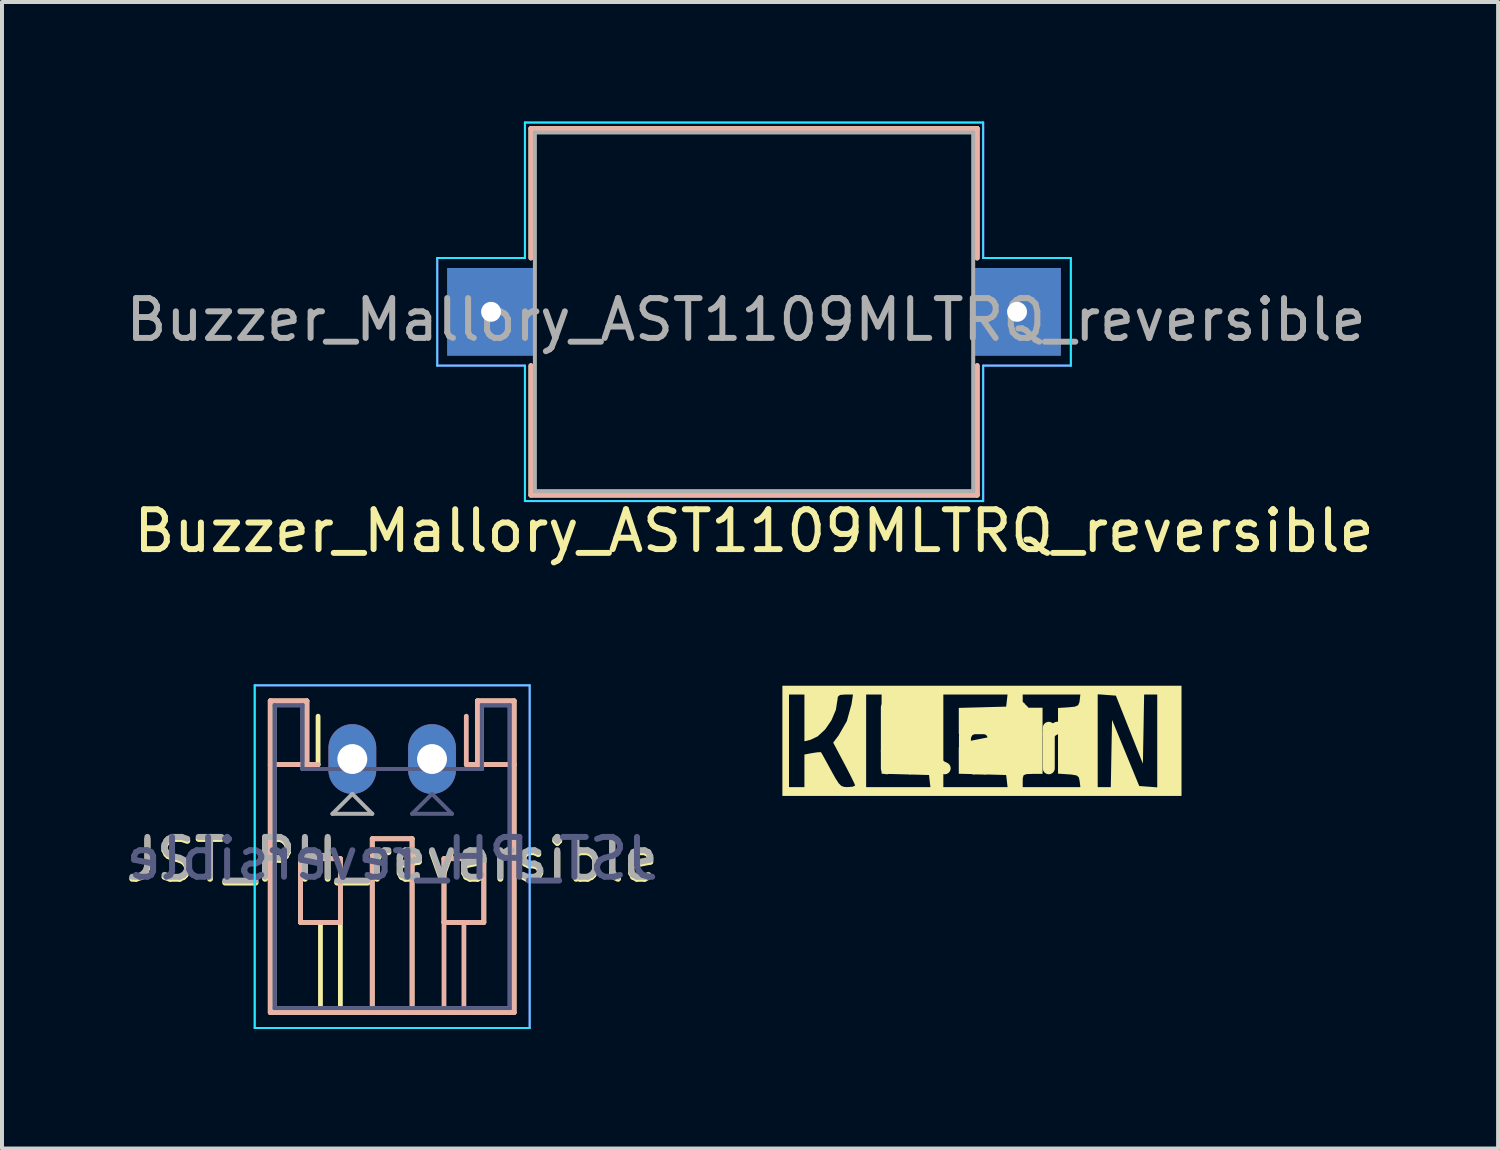
<source format=kicad_pcb>
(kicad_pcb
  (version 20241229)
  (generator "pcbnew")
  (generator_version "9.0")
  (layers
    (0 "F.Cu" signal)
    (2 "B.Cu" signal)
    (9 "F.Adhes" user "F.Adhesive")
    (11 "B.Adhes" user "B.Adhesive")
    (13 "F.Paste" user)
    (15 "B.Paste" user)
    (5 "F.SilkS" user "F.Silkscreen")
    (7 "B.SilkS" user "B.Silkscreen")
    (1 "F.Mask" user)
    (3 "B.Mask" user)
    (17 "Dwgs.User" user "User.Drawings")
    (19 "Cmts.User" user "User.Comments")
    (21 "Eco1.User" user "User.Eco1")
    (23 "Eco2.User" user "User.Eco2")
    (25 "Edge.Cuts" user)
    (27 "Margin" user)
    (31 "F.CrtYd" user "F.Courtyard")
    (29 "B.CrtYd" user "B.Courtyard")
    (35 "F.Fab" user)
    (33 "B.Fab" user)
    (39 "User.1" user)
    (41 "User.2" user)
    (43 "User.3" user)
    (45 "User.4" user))
  (footprint "Buzzer_Mallory_AST1109MLTRQ_reversible"
    (layer "F.Cu")
    (at 15.873 4.775)
    (property "Reference" "Buzzer_Mallory_AST1109MLTRQ_reversible" (at 0 5.5 0) (layer "F.SilkS") (effects (font (size 1 1) (thickness 0.15))))
    (attr smd)
    (fp_line (start -5.6 -4.6) (end 5.6 -4.6) (stroke (width 0.12) (type solid)) (layer "F.SilkS"))
    (fp_line (start -5.6 -1.35) (end -5.6 -4.6) (stroke (width 0.12) (type solid)) (layer "F.SilkS"))
    (fp_line (start -5.6 4.6) (end -5.6 1.35) (stroke (width 0.12) (type solid)) (layer "F.SilkS"))
    (fp_line (start 5.6 -4.6) (end 5.6 -1.35) (stroke (width 0.12) (type solid)) (layer "F.SilkS"))
    (fp_line (start 5.6 1.35) (end 5.6 4.6) (stroke (width 0.12) (type solid)) (layer "F.SilkS"))
    (fp_line (start 5.6 4.6) (end -5.6 4.6) (stroke (width 0.12) (type solid)) (layer "F.SilkS"))
    (fp_line (start -5.6 -4.6) (end -5.6 -1.35) (stroke (width 0.12) (type solid)) (layer "B.SilkS"))
    (fp_line (start -5.6 1.35) (end -5.6 4.6) (stroke (width 0.12) (type solid)) (layer "B.SilkS"))
    (fp_line (start -5.6 4.6) (end 5.6 4.6) (stroke (width 0.12) (type solid)) (layer "B.SilkS"))
    (fp_line (start 5.6 -4.6) (end -5.6 -4.6) (stroke (width 0.12) (type solid)) (layer "B.SilkS"))
    (fp_line (start 5.6 -1.35) (end 5.6 -4.6) (stroke (width 0.12) (type solid)) (layer "B.SilkS"))
    (fp_line (start 5.6 4.6) (end 5.6 1.35) (stroke (width 0.12) (type solid)) (layer "B.SilkS"))
    (fp_line (start -7.95 -1.35) (end -7.95 1.35) (stroke (width 0.05) (type solid)) (layer "B.CrtYd"))
    (fp_line (start -7.95 1.35) (end -5.75 1.35) (stroke (width 0.05) (type solid)) (layer "B.CrtYd"))
    (fp_line (start -5.75 -4.75) (end -5.75 -1.35) (stroke (width 0.05) (type solid)) (layer "B.CrtYd"))
    (fp_line (start -5.75 -1.35) (end -7.95 -1.35) (stroke (width 0.05) (type solid)) (layer "B.CrtYd"))
    (fp_line (start -5.75 1.35) (end -5.75 4.75) (stroke (width 0.05) (type solid)) (layer "B.CrtYd"))
    (fp_line (start -5.75 4.75) (end 5.75 4.75) (stroke (width 0.05) (type solid)) (layer "B.CrtYd"))
    (fp_line (start 5.75 -4.75) (end -5.75 -4.75) (stroke (width 0.05) (type solid)) (layer "B.CrtYd"))
    (fp_line (start 5.75 -1.35) (end 5.75 -4.75) (stroke (width 0.05) (type solid)) (layer "B.CrtYd"))
    (fp_line (start 5.75 1.35) (end 7.95 1.35) (stroke (width 0.05) (type solid)) (layer "B.CrtYd"))
    (fp_line (start 5.75 4.75) (end 5.75 1.35) (stroke (width 0.05) (type solid)) (layer "B.CrtYd"))
    (fp_line (start 7.95 -1.35) (end 5.75 -1.35) (stroke (width 0.05) (type solid)) (layer "B.CrtYd"))
    (fp_line (start 7.95 1.35) (end 7.95 -1.35) (stroke (width 0.05) (type solid)) (layer "B.CrtYd"))
    (fp_line (start -7.95 -1.35) (end -5.75 -1.35) (stroke (width 0.05) (type solid)) (layer "F.CrtYd"))
    (fp_line (start -7.95 1.35) (end -7.95 -1.35) (stroke (width 0.05) (type solid)) (layer "F.CrtYd"))
    (fp_line (start -5.75 -4.75) (end 5.75 -4.75) (stroke (width 0.05) (type solid)) (layer "F.CrtYd"))
    (fp_line (start -5.75 -1.35) (end -5.75 -4.75) (stroke (width 0.05) (type solid)) (layer "F.CrtYd"))
    (fp_line (start -5.75 1.35) (end -7.95 1.35) (stroke (width 0.05) (type solid)) (layer "F.CrtYd"))
    (fp_line (start -5.75 4.75) (end -5.75 1.35) (stroke (width 0.05) (type solid)) (layer "F.CrtYd"))
    (fp_line (start 5.75 -4.75) (end 5.75 -1.35) (stroke (width 0.05) (type solid)) (layer "F.CrtYd"))
    (fp_line (start 5.75 -1.35) (end 7.95 -1.35) (stroke (width 0.05) (type solid)) (layer "F.CrtYd"))
    (fp_line (start 5.75 1.35) (end 5.75 4.75) (stroke (width 0.05) (type solid)) (layer "F.CrtYd"))
    (fp_line (start 5.75 4.75) (end -5.75 4.75) (stroke (width 0.05) (type solid)) (layer "F.CrtYd"))
    (fp_line (start 7.95 -1.35) (end 7.95 1.35) (stroke (width 0.05) (type solid)) (layer "F.CrtYd"))
    (fp_line (start 7.95 1.35) (end 5.75 1.35) (stroke (width 0.05) (type solid)) (layer "F.CrtYd"))
    (fp_line (start -5.5 -4.5) (end 5.5 -4.5) (stroke (width 0.1) (type solid)) (layer "F.Fab"))
    (fp_line (start -5.5 4.5) (end -5.5 -4.5) (stroke (width 0.1) (type solid)) (layer "F.Fab"))
    (fp_line (start 5.5 -4.5) (end 5.5 4.5) (stroke (width 0.1) (type solid)) (layer "F.Fab"))
    (fp_line (start 5.5 4.5) (end -5.5 4.5) (stroke (width 0.1) (type solid)) (layer "F.Fab"))
    (fp_text user "${REFERENCE}" (at -0.2 0.2 0) (layer "F.Fab") (effects (font (size 1 1) (thickness 0.15))))
    (pad "1" thru_hole rect (at -6.6 0 180) (size 2.2 2.2) (drill 0.5) (layers "*.Cu" "*.Mask"))
    (pad "2" thru_hole rect (at 6.6 0 180) (size 2.2 2.2) (drill 0.5) (layers "*.Cu" "*.Mask")))
  (footprint "klein"
    (layer "F.Cu")
    (at 21.564 15.541)
    (property "Reference" "klein" (at 0 0 0) (layer "F.SilkS") (effects (font (size 1.524 1.524) (thickness 0.3))))
    (attr board_only exclude_from_pos_files exclude_from_bom)
    (fp_poly (pts (xy 5.036 1.383) (xy -4.98 1.383) (xy -4.98 1.162) (xy -4.814 1.162) (xy -4.427 1.162) (xy -4.427 0.344) (xy -4.228 0.307) (xy -4.093 0.287) (xy -4.016 0.285) (xy -4.011 0.287) (xy -3.979 0.34) (xy -3.908 0.468) (xy -3.81 0.647) (xy -3.763 0.733) (xy -3.649 0.939) (xy -3.567 1.066) (xy -3.498 1.133) (xy -3.423 1.158) (xy -3.343 1.162) (xy -2.878 1.162) (xy -1.265 1.162) (xy -0.941 1.162) (xy 0.671 1.162) (xy 1.051 1.162) (xy 2.498 1.162) (xy 2.48 1.01) (xy 2.459 0.917) (xy 2.403 0.869) (xy 2.28 0.847) (xy 2.2 0.841) (xy 1.937 0.824) (xy 1.937 -0.824) (xy 2.2 -0.841) (xy 2.36 -0.857) (xy 2.441 -0.892) (xy 2.473 -0.963) (xy 2.48 -1.01) (xy 2.498 -1.162) (xy 1.051 -1.162) (xy 1.051 -0.996) (xy 1.059 -0.894) (xy 1.1 -0.846) (xy 1.206 -0.831) (xy 1.3 -0.83) (xy 1.549 -0.83) (xy 1.549 0.83) (xy 1.3 0.83) (xy 1.147 0.835) (xy 1.075 0.863) (xy 1.053 0.933) (xy 1.051 0.996) (xy 1.051 1.162) (xy 0.671 1.162) (xy 0.654 1.01) (xy 0.636 0.858) (xy 0.042 0.842) (xy -0.553 0.826) (xy -0.553 0.166) (xy 0.332 0.166) (xy 0.332 -0.166) (xy -0.553 -0.166) (xy -0.553 -0.826) (xy 0.042 -0.842) (xy 0.636 -0.858) (xy 0.671 -1.162) (xy -0.941 -1.162) (xy -0.941 1.162) (xy -1.265 1.162) (xy -1.283 1.01) (xy -1.3 0.858) (xy -1.895 0.842) (xy -2.49 0.826) (xy -2.49 -1.162) (xy -2.878 -1.162) (xy -2.878 1.162) (xy -3.343 1.162) (xy -3.217 1.151) (xy -3.156 1.125) (xy -3.155 1.121) (xy -3.18 1.057) (xy -3.247 0.919) (xy -3.344 0.728) (xy -3.431 0.562) (xy -3.705 0.045) (xy -3.57 -0.133) (xy -3.362 -0.496) (xy -3.245 -0.918) (xy -3.244 -0.927) (xy -3.208 -1.162) (xy -3.403 -1.162) (xy -3.534 -1.151) (xy -3.588 -1.105) (xy -3.597 -1.034) (xy -3.638 -0.777) (xy -3.747 -0.518) (xy -3.905 -0.287) (xy -4.094 -0.112) (xy -4.275 -0.025) (xy -4.427 0.012) (xy -4.427 -1.162) (xy -4.814 -1.162) (xy -4.814 1.162) (xy -4.98 1.162) (xy -4.98 -1.168) (xy 2.933 -1.168) (xy 2.933 1.162) (xy 3.262 1.162) (xy 3.277 0.318) (xy 3.293 -0.526) (xy 3.975 1.134) (xy 4.201 1.151) (xy 4.427 1.168) (xy 4.427 -1.162) (xy 4.098 -1.162) (xy 4.083 -0.294) (xy 4.067 0.575) (xy 3.728 -0.28) (xy 3.389 -1.134) (xy 3.161 -1.151) (xy 2.933 -1.168) (xy -4.98 -1.168) (xy -4.98 -1.383) (xy 5.036 -1.383)) (stroke (width 0) (type solid)) (fill yes) (layer "F.SilkS")))
  (footprint "JST_PH_reversible"
    (layer "F.Cu")
    (at 5.792 15.998)
    (property "Reference" "JST_PH_reversible" (at 1 2.55 0) (layer "F.SilkS") (effects (font (size 1 1) (thickness 0.15))))
    (attr through_hole)
    (fp_line (start -2.06 -1.46) (end -2.06 6.36) (stroke (width 0.12) (type solid)) (layer "F.SilkS"))
    (fp_line (start -2.06 0.14) (end -1.14 0.14) (stroke (width 0.12) (type solid)) (layer "F.SilkS"))
    (fp_line (start -2.06 6.36) (end 4.06 6.36) (stroke (width 0.12) (type solid)) (layer "F.SilkS"))
    (fp_line (start -1.3 2.5) (end -1.3 4.1) (stroke (width 0.12) (type solid)) (layer "F.SilkS"))
    (fp_line (start -1.3 4.1) (end -0.3 4.1) (stroke (width 0.12) (type solid)) (layer "F.SilkS"))
    (fp_line (start -1.14 -1.46) (end -2.06 -1.46) (stroke (width 0.12) (type solid)) (layer "F.SilkS"))
    (fp_line (start -1.14 0.14) (end -1.14 -1.46) (stroke (width 0.12) (type solid)) (layer "F.SilkS"))
    (fp_line (start -0.86 0.14) (end -1.14 0.14) (stroke (width 0.12) (type solid)) (layer "F.SilkS"))
    (fp_line (start -0.86 0.14) (end -0.86 -1.075) (stroke (width 0.12) (type solid)) (layer "F.SilkS"))
    (fp_line (start -0.8 4.1) (end -0.8 6.36) (stroke (width 0.12) (type solid)) (layer "F.SilkS"))
    (fp_line (start -0.3 2.5) (end -1.3 2.5) (stroke (width 0.12) (type solid)) (layer "F.SilkS"))
    (fp_line (start -0.3 4.1) (end -0.3 2.5) (stroke (width 0.12) (type solid)) (layer "F.SilkS"))
    (fp_line (start -0.3 4.1) (end -0.3 6.36) (stroke (width 0.12) (type solid)) (layer "F.SilkS"))
    (fp_line (start 0.5 2) (end 1.5 2) (stroke (width 0.12) (type solid)) (layer "F.SilkS"))
    (fp_line (start 0.5 6.36) (end 0.5 2) (stroke (width 0.12) (type solid)) (layer "F.SilkS"))
    (fp_line (start 1.5 2) (end 1.5 6.36) (stroke (width 0.12) (type solid)) (layer "F.SilkS"))
    (fp_line (start 2.3 2.5) (end 3.3 2.5) (stroke (width 0.12) (type solid)) (layer "F.SilkS"))
    (fp_line (start 2.3 4.1) (end 2.3 2.5) (stroke (width 0.12) (type solid)) (layer "F.SilkS"))
    (fp_line (start 3.14 -1.46) (end 3.14 0.14) (stroke (width 0.12) (type solid)) (layer "F.SilkS"))
    (fp_line (start 3.14 0.14) (end 2.86 0.14) (stroke (width 0.12) (type solid)) (layer "F.SilkS"))
    (fp_line (start 3.3 2.5) (end 3.3 4.1) (stroke (width 0.12) (type solid)) (layer "F.SilkS"))
    (fp_line (start 3.3 4.1) (end 2.3 4.1) (stroke (width 0.12) (type solid)) (layer "F.SilkS"))
    (fp_line (start 4.06 -1.46) (end 3.14 -1.46) (stroke (width 0.12) (type solid)) (layer "F.SilkS"))
    (fp_line (start 4.06 0.14) (end 3.14 0.14) (stroke (width 0.12) (type solid)) (layer "F.SilkS"))
    (fp_line (start 4.06 6.36) (end 4.06 -1.46) (stroke (width 0.12) (type solid)) (layer "F.SilkS"))
    (fp_line (start -2.06 -1.46) (end -1.14 -1.46) (stroke (width 0.12) (type solid)) (layer "B.SilkS"))
    (fp_line (start -2.06 0.14) (end -1.14 0.14) (stroke (width 0.12) (type solid)) (layer "B.SilkS"))
    (fp_line (start -2.06 6.36) (end -2.06 -1.46) (stroke (width 0.12) (type solid)) (layer "B.SilkS"))
    (fp_line (start -1.3 2.5) (end -1.3 4.1) (stroke (width 0.12) (type solid)) (layer "B.SilkS"))
    (fp_line (start -1.3 4.1) (end -0.3 4.1) (stroke (width 0.12) (type solid)) (layer "B.SilkS"))
    (fp_line (start -1.14 -1.46) (end -1.14 0.14) (stroke (width 0.12) (type solid)) (layer "B.SilkS"))
    (fp_line (start -1.14 0.14) (end -0.86 0.14) (stroke (width 0.12) (type solid)) (layer "B.SilkS"))
    (fp_line (start -0.3 2.5) (end -1.3 2.5) (stroke (width 0.12) (type solid)) (layer "B.SilkS"))
    (fp_line (start -0.3 4.1) (end -0.3 2.5) (stroke (width 0.12) (type solid)) (layer "B.SilkS"))
    (fp_line (start 0.5 2) (end 0.5 6.36) (stroke (width 0.12) (type solid)) (layer "B.SilkS"))
    (fp_line (start 1.5 2) (end 0.5 2) (stroke (width 0.12) (type solid)) (layer "B.SilkS"))
    (fp_line (start 1.5 6.36) (end 1.5 2) (stroke (width 0.12) (type solid)) (layer "B.SilkS"))
    (fp_line (start 2.3 2.5) (end 3.3 2.5) (stroke (width 0.12) (type solid)) (layer "B.SilkS"))
    (fp_line (start 2.3 4.1) (end 2.3 2.5) (stroke (width 0.12) (type solid)) (layer "B.SilkS"))
    (fp_line (start 2.3 4.1) (end 2.3 6.36) (stroke (width 0.12) (type solid)) (layer "B.SilkS"))
    (fp_line (start 2.8 4.1) (end 2.8 6.36) (stroke (width 0.12) (type solid)) (layer "B.SilkS"))
    (fp_line (start 2.86 0.14) (end 2.86 -1.075) (stroke (width 0.12) (type solid)) (layer "B.SilkS"))
    (fp_line (start 2.86 0.14) (end 3.14 0.14) (stroke (width 0.12) (type solid)) (layer "B.SilkS"))
    (fp_line (start 3.14 -1.46) (end 4.06 -1.46) (stroke (width 0.12) (type solid)) (layer "B.SilkS"))
    (fp_line (start 3.14 0.14) (end 3.14 -1.46) (stroke (width 0.12) (type solid)) (layer "B.SilkS"))
    (fp_line (start 3.3 2.5) (end 3.3 4.1) (stroke (width 0.12) (type solid)) (layer "B.SilkS"))
    (fp_line (start 3.3 4.1) (end 2.3 4.1) (stroke (width 0.12) (type solid)) (layer "B.SilkS"))
    (fp_line (start 4.06 -1.46) (end 4.06 6.36) (stroke (width 0.12) (type solid)) (layer "B.SilkS"))
    (fp_line (start 4.06 0.14) (end 3.14 0.14) (stroke (width 0.12) (type solid)) (layer "B.SilkS"))
    (fp_line (start 4.06 6.36) (end -2.06 6.36) (stroke (width 0.12) (type solid)) (layer "B.SilkS"))
    (fp_line (start -2.45 -1.85) (end 4.45 -1.85) (stroke (width 0.05) (type solid)) (layer "B.CrtYd"))
    (fp_line (start -2.45 6.75) (end -2.45 -1.85) (stroke (width 0.05) (type solid)) (layer "B.CrtYd"))
    (fp_line (start 4.45 -1.85) (end 4.45 6.75) (stroke (width 0.05) (type solid)) (layer "B.CrtYd"))
    (fp_line (start 4.45 6.75) (end -2.45 6.75) (stroke (width 0.05) (type solid)) (layer "B.CrtYd"))
    (fp_line (start -2.45 -1.85) (end -2.45 6.75) (stroke (width 0.05) (type solid)) (layer "F.CrtYd"))
    (fp_line (start -2.45 6.75) (end 4.45 6.75) (stroke (width 0.05) (type solid)) (layer "F.CrtYd"))
    (fp_line (start 4.45 -1.85) (end -2.45 -1.85) (stroke (width 0.05) (type solid)) (layer "F.CrtYd"))
    (fp_line (start 4.45 6.75) (end 4.45 -1.85) (stroke (width 0.05) (type solid)) (layer "F.CrtYd"))
    (fp_line (start -1.95 -1.35) (end -1.25 -1.35) (stroke (width 0.1) (type solid)) (layer "B.Fab"))
    (fp_line (start -1.95 6.25) (end -1.95 -1.35) (stroke (width 0.1) (type solid)) (layer "B.Fab"))
    (fp_line (start -1.25 -1.35) (end -1.25 0.25) (stroke (width 0.1) (type solid)) (layer "B.Fab"))
    (fp_line (start -1.25 0.25) (end 3.25 0.25) (stroke (width 0.1) (type solid)) (layer "B.Fab"))
    (fp_line (start 1.5 1.375) (end 2 0.875) (stroke (width 0.1) (type solid)) (layer "B.Fab"))
    (fp_line (start 2 0.875) (end 2.5 1.375) (stroke (width 0.1) (type solid)) (layer "B.Fab"))
    (fp_line (start 2.5 1.375) (end 1.5 1.375) (stroke (width 0.1) (type solid)) (layer "B.Fab"))
    (fp_line (start 3.25 -1.35) (end 3.95 -1.35) (stroke (width 0.1) (type solid)) (layer "B.Fab"))
    (fp_line (start 3.25 0.25) (end 3.25 -1.35) (stroke (width 0.1) (type solid)) (layer "B.Fab"))
    (fp_line (start 3.95 -1.35) (end 3.95 6.25) (stroke (width 0.1) (type solid)) (layer "B.Fab"))
    (fp_line (start 3.95 6.25) (end -1.95 6.25) (stroke (width 0.1) (type solid)) (layer "B.Fab"))
    (fp_line (start -1.95 -1.35) (end -1.95 6.25) (stroke (width 0.1) (type solid)) (layer "F.Fab"))
    (fp_line (start -1.95 6.25) (end 3.95 6.25) (stroke (width 0.1) (type solid)) (layer "F.Fab"))
    (fp_line (start -1.25 -1.35) (end -1.95 -1.35) (stroke (width 0.1) (type solid)) (layer "F.Fab"))
    (fp_line (start -1.25 0.25) (end -1.25 -1.35) (stroke (width 0.1) (type solid)) (layer "F.Fab"))
    (fp_line (start -0.5 1.375) (end 0.5 1.375) (stroke (width 0.1) (type solid)) (layer "F.Fab"))
    (fp_line (start 0 0.875) (end -0.5 1.375) (stroke (width 0.1) (type solid)) (layer "F.Fab"))
    (fp_line (start 0.5 1.375) (end 0 0.875) (stroke (width 0.1) (type solid)) (layer "F.Fab"))
    (fp_line (start 3.25 -1.35) (end 3.25 0.25) (stroke (width 0.1) (type solid)) (layer "F.Fab"))
    (fp_line (start 3.25 0.25) (end -1.25 0.25) (stroke (width 0.1) (type solid)) (layer "F.Fab"))
    (fp_line (start 3.95 -1.35) (end 3.25 -1.35) (stroke (width 0.1) (type solid)) (layer "F.Fab"))
    (fp_line (start 3.95 6.25) (end 3.95 -1.35) (stroke (width 0.1) (type solid)) (layer "F.Fab"))
    (fp_text user "${REFERENCE}" (at 1 2.5 0) (layer "B.Fab") (effects (font (size 1 1) (thickness 0.15)) (justify mirror)))
    (fp_text user "${REFERENCE}" (at 1 2.5 0) (layer "F.Fab") (effects (font (size 1 1) (thickness 0.15))))
    (pad "1" thru_hole oval (at 0 0 180) (size 1.2 1.75) (drill 0.75) (layers "*.Cu" "*.Mask"))
    (pad "2" thru_hole oval (at 2 0 180) (size 1.2 1.75) (drill 0.75) (layers "*.Cu" "*.Mask")))
  (gr_rect
    (start -3 -3)
    (end 34.545 25.773)
    (stroke (width 0.1) (type default))
    (fill no)
    (layer "Edge.Cuts")))
</source>
